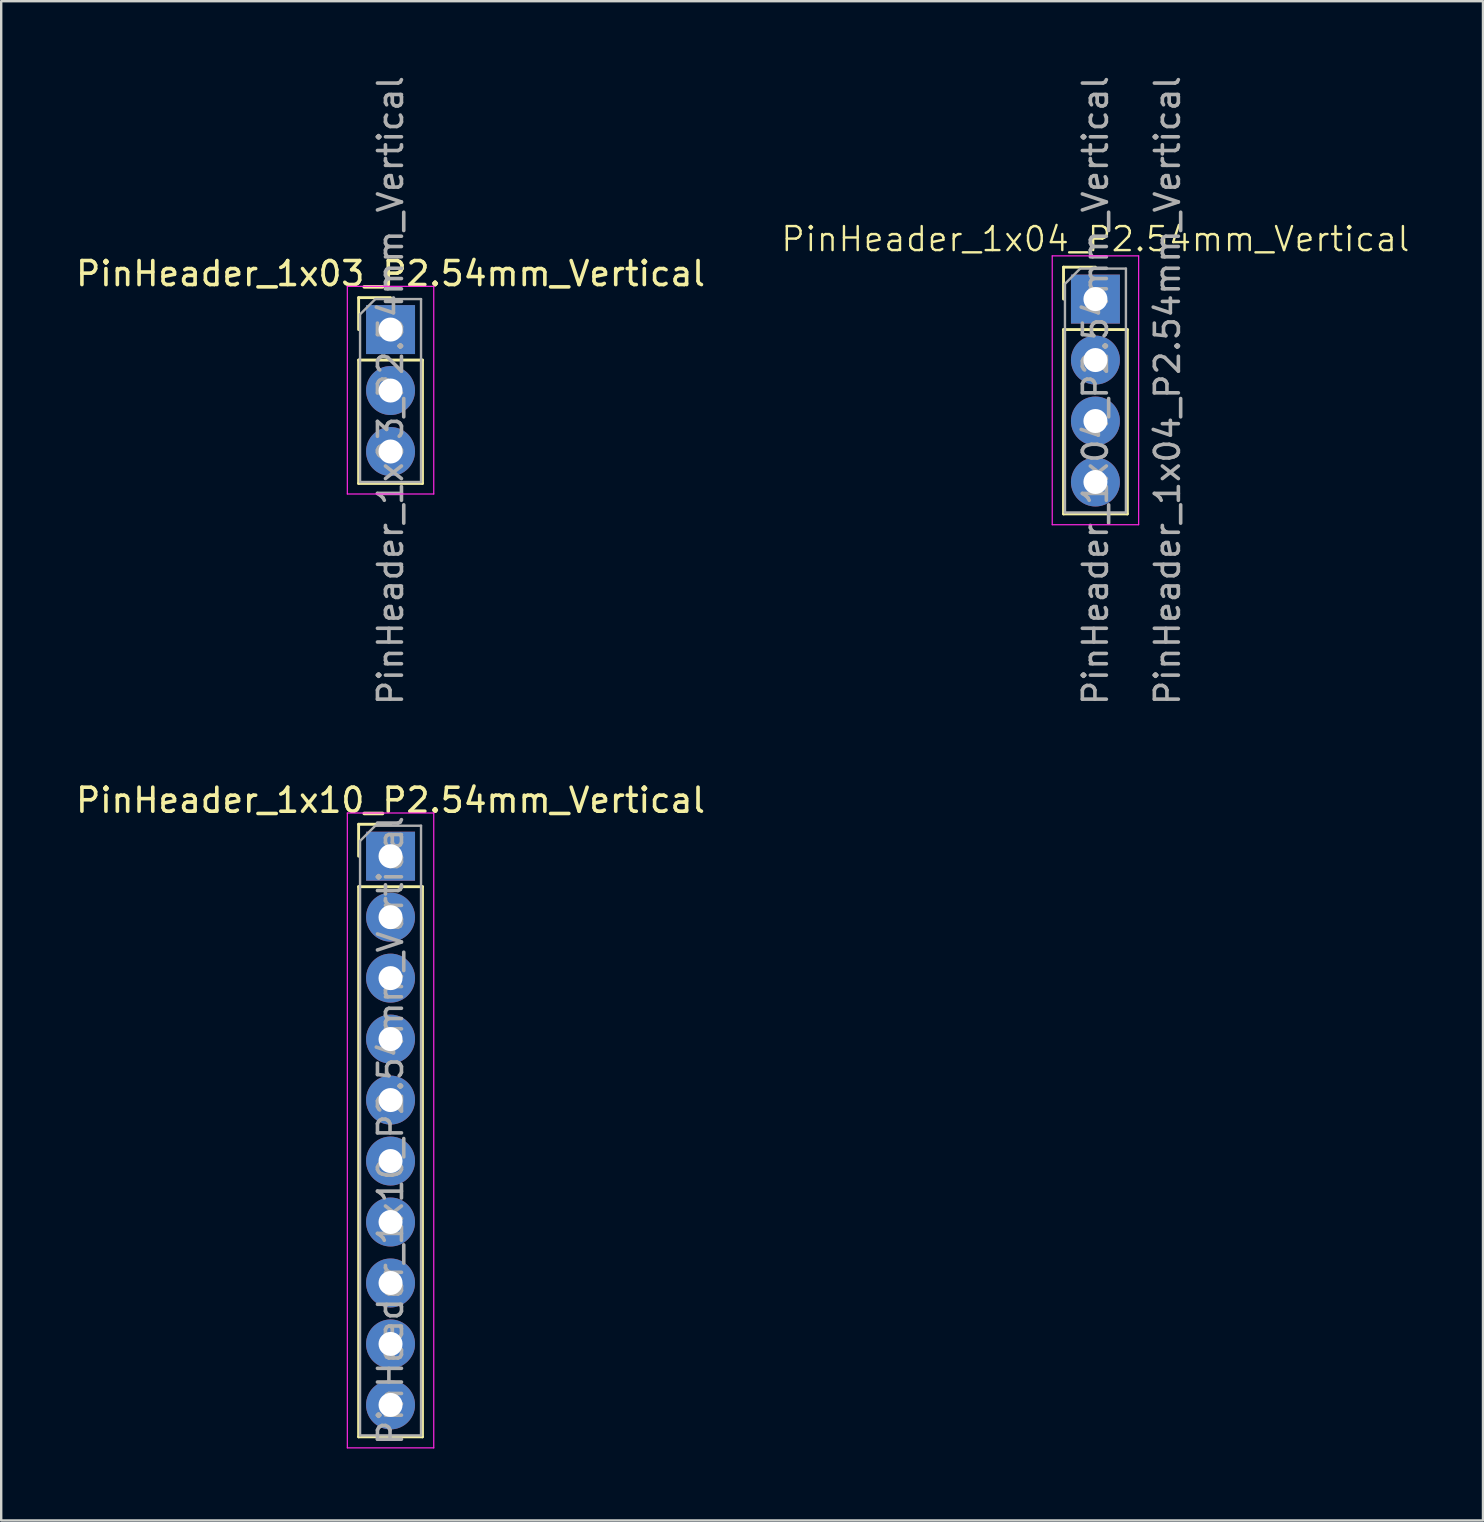
<source format=kicad_pcb>
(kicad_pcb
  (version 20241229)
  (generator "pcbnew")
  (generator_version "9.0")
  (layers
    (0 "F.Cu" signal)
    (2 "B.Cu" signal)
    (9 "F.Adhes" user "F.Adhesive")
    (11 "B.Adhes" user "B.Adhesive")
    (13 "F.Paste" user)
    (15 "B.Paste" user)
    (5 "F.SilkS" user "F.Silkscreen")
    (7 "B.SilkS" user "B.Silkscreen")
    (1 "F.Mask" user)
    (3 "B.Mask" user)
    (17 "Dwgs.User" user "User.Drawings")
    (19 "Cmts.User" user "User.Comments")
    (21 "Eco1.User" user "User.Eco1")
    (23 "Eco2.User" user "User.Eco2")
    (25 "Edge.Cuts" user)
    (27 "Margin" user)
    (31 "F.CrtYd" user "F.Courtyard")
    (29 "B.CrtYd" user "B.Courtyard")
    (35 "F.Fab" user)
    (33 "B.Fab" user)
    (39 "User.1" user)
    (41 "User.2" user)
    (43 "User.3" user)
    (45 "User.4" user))
  (footprint "PinHeader_1x03_P2.54mm_Vertical"
    (layer "F.Cu")
    (at 13.22 10.68)
    (property "Reference" "PinHeader_1x03_P2.54mm_Vertical" (at 0 -2.33 0) (layer "F.SilkS") (effects (font (size 1 1) (thickness 0.15))))
    (attr through_hole)
    (fp_line (start -1.33 -1.33) (end 0 -1.33) (stroke (width 0.12) (type solid)) (layer "F.SilkS"))
    (fp_line (start -1.33 0) (end -1.33 -1.33) (stroke (width 0.12) (type solid)) (layer "F.SilkS"))
    (fp_line (start -1.33 1.27) (end -1.33 6.41) (stroke (width 0.12) (type solid)) (layer "F.SilkS"))
    (fp_line (start -1.33 1.27) (end 1.33 1.27) (stroke (width 0.12) (type solid)) (layer "F.SilkS"))
    (fp_line (start -1.33 6.41) (end 1.33 6.41) (stroke (width 0.12) (type solid)) (layer "F.SilkS"))
    (fp_line (start 1.33 1.27) (end 1.33 6.41) (stroke (width 0.12) (type solid)) (layer "F.SilkS"))
    (fp_line (start -1.8 -1.8) (end -1.8 6.85) (stroke (width 0.05) (type solid)) (layer "F.CrtYd"))
    (fp_line (start -1.8 6.85) (end 1.8 6.85) (stroke (width 0.05) (type solid)) (layer "F.CrtYd"))
    (fp_line (start 1.8 -1.8) (end -1.8 -1.8) (stroke (width 0.05) (type solid)) (layer "F.CrtYd"))
    (fp_line (start 1.8 6.85) (end 1.8 -1.8) (stroke (width 0.05) (type solid)) (layer "F.CrtYd"))
    (fp_line (start -1.27 -0.635) (end -0.635 -1.27) (stroke (width 0.1) (type solid)) (layer "F.Fab"))
    (fp_line (start -1.27 6.35) (end -1.27 -0.635) (stroke (width 0.1) (type solid)) (layer "F.Fab"))
    (fp_line (start -0.635 -1.27) (end 1.27 -1.27) (stroke (width 0.1) (type solid)) (layer "F.Fab"))
    (fp_line (start 1.27 -1.27) (end 1.27 6.35) (stroke (width 0.1) (type solid)) (layer "F.Fab"))
    (fp_line (start 1.27 6.35) (end -1.27 6.35) (stroke (width 0.1) (type solid)) (layer "F.Fab"))
    (fp_text user "${REFERENCE}" (at 0 2.54 90) (layer "F.Fab") (effects (font (size 1 1) (thickness 0.15))))
    (pad "1" thru_hole rect (at 0 0) (size 2.04 2.04) (drill 1) (layers "*.Cu" "*.Mask"))
    (pad "2" thru_hole oval (at 0 2.54) (size 2.04 2.04) (drill 1) (layers "*.Cu" "*.Mask"))
    (pad "3" thru_hole oval (at 0 5.08) (size 2.04 2.04) (drill 1) (layers "*.Cu" "*.Mask")))
  (footprint "PinHeader_1x04_P2.54mm_Vertical"
    (layer "F.Cu")
    (at 42.586 13.22)
    (property "Reference" "PinHeader_1x04_P2.54mm_Vertical" (at 0 -6.31 0) (unlocked yes) (layer "F.SilkS") (effects (font (size 1 1) (thickness 0.1))))
    (attr through_hole)
    (fp_line (start -1.33 -5.14) (end 0 -5.14) (stroke (width 0.12) (type solid)) (layer "F.SilkS"))
    (fp_line (start -1.33 -3.81) (end -1.33 -5.14) (stroke (width 0.12) (type solid)) (layer "F.SilkS"))
    (fp_line (start -1.33 -2.54) (end -1.33 5.14) (stroke (width 0.12) (type solid)) (layer "F.SilkS"))
    (fp_line (start -1.33 -2.54) (end 1.33 -2.54) (stroke (width 0.12) (type solid)) (layer "F.SilkS"))
    (fp_line (start -1.33 5.14) (end 1.33 5.14) (stroke (width 0.12) (type solid)) (layer "F.SilkS"))
    (fp_line (start 1.33 -2.54) (end 1.33 5.14) (stroke (width 0.12) (type solid)) (layer "F.SilkS"))
    (fp_line (start -1.8 -5.61) (end -1.8 5.59) (stroke (width 0.05) (type solid)) (layer "F.CrtYd"))
    (fp_line (start -1.8 5.59) (end 1.8 5.59) (stroke (width 0.05) (type solid)) (layer "F.CrtYd"))
    (fp_line (start 1.8 -5.61) (end -1.8 -5.61) (stroke (width 0.05) (type solid)) (layer "F.CrtYd"))
    (fp_line (start 1.8 5.59) (end 1.8 -5.61) (stroke (width 0.05) (type solid)) (layer "F.CrtYd"))
    (fp_line (start -1.27 -4.445) (end -0.635 -5.08) (stroke (width 0.1) (type solid)) (layer "F.Fab"))
    (fp_line (start -1.27 5.08) (end -1.27 -4.445) (stroke (width 0.1) (type solid)) (layer "F.Fab"))
    (fp_line (start -0.635 -5.08) (end 1.27 -5.08) (stroke (width 0.1) (type solid)) (layer "F.Fab"))
    (fp_line (start 1.27 -5.08) (end 1.27 5.08) (stroke (width 0.1) (type solid)) (layer "F.Fab"))
    (fp_line (start 1.27 5.08) (end -1.27 5.08) (stroke (width 0.1) (type solid)) (layer "F.Fab"))
    (fp_text user "${REFERENCE}" (at 0 0 90) (layer "F.Fab") (effects (font (size 1 1) (thickness 0.15))))
    (fp_text user "${REFERENCE}" (at 3 0 90) (unlocked yes) (layer "F.Fab") (effects (font (size 1 1) (thickness 0.15))))
    (pad "1" thru_hole rect (at 0 -3.81) (size 2.04 2.04) (drill 1) (layers "*.Cu" "*.Mask"))
    (pad "2" thru_hole oval (at 0 -1.27) (size 2.04 2.04) (drill 1) (layers "*.Cu" "*.Mask"))
    (pad "3" thru_hole oval (at 0 1.27) (size 2.04 2.04) (drill 1) (layers "*.Cu" "*.Mask"))
    (pad "4" thru_hole oval (at 0 3.81) (size 2.04 2.04) (drill 1) (layers "*.Cu" "*.Mask")))
  (footprint "PinHeader_1x10_P2.54mm_Vertical"
    (layer "F.Cu")
    (at 13.22 32.619)
    (property "Reference" "PinHeader_1x10_P2.54mm_Vertical" (at 0 -2.33 0) (layer "F.SilkS") (effects (font (size 1 1) (thickness 0.15))))
    (attr through_hole)
    (fp_line (start -1.33 -1.33) (end 0 -1.33) (stroke (width 0.12) (type solid)) (layer "F.SilkS"))
    (fp_line (start -1.33 0) (end -1.33 -1.33) (stroke (width 0.12) (type solid)) (layer "F.SilkS"))
    (fp_line (start -1.33 1.27) (end -1.33 24.19) (stroke (width 0.12) (type solid)) (layer "F.SilkS"))
    (fp_line (start -1.33 1.27) (end 1.33 1.27) (stroke (width 0.12) (type solid)) (layer "F.SilkS"))
    (fp_line (start -1.33 24.19) (end 1.33 24.19) (stroke (width 0.12) (type solid)) (layer "F.SilkS"))
    (fp_line (start 1.33 1.27) (end 1.33 24.19) (stroke (width 0.12) (type solid)) (layer "F.SilkS"))
    (fp_line (start -1.8 -1.8) (end -1.8 24.65) (stroke (width 0.05) (type solid)) (layer "F.CrtYd"))
    (fp_line (start -1.8 24.65) (end 1.8 24.65) (stroke (width 0.05) (type solid)) (layer "F.CrtYd"))
    (fp_line (start 1.8 -1.8) (end -1.8 -1.8) (stroke (width 0.05) (type solid)) (layer "F.CrtYd"))
    (fp_line (start 1.8 24.65) (end 1.8 -1.8) (stroke (width 0.05) (type solid)) (layer "F.CrtYd"))
    (fp_line (start -1.27 -0.635) (end -0.635 -1.27) (stroke (width 0.1) (type solid)) (layer "F.Fab"))
    (fp_line (start -1.27 24.13) (end -1.27 -0.635) (stroke (width 0.1) (type solid)) (layer "F.Fab"))
    (fp_line (start -0.635 -1.27) (end 1.27 -1.27) (stroke (width 0.1) (type solid)) (layer "F.Fab"))
    (fp_line (start 1.27 -1.27) (end 1.27 24.13) (stroke (width 0.1) (type solid)) (layer "F.Fab"))
    (fp_line (start 1.27 24.13) (end -1.27 24.13) (stroke (width 0.1) (type solid)) (layer "F.Fab"))
    (fp_text user "${REFERENCE}" (at 0 11.43 90) (layer "F.Fab") (effects (font (size 1 1) (thickness 0.15))))
    (pad "1" thru_hole rect (at 0 0) (size 2.04 2.04) (drill 1) (layers "*.Cu" "*.Mask"))
    (pad "2" thru_hole oval (at 0 2.54) (size 2.04 2.04) (drill 1) (layers "*.Cu" "*.Mask"))
    (pad "3" thru_hole oval (at 0 5.08) (size 2.04 2.04) (drill 1) (layers "*.Cu" "*.Mask"))
    (pad "4" thru_hole oval (at 0 7.62) (size 2.04 2.04) (drill 1) (layers "*.Cu" "*.Mask"))
    (pad "5" thru_hole oval (at 0 10.16) (size 2.04 2.04) (drill 1) (layers "*.Cu" "*.Mask"))
    (pad "6" thru_hole oval (at 0 12.7) (size 2.04 2.04) (drill 1) (layers "*.Cu" "*.Mask"))
    (pad "7" thru_hole oval (at 0 15.24) (size 2.04 2.04) (drill 1) (layers "*.Cu" "*.Mask"))
    (pad "8" thru_hole oval (at 0 17.78) (size 2.04 2.04) (drill 1) (layers "*.Cu" "*.Mask"))
    (pad "9" thru_hole oval (at 0 20.32) (size 2.04 2.04) (drill 1) (layers "*.Cu" "*.Mask"))
    (pad "10" thru_hole oval (at 0 22.86) (size 2.04 2.04) (drill 1) (layers "*.Cu" "*.Mask")))
  (gr_rect
    (start -3 -3)
    (end 58.731 60.294)
    (stroke (width 0.1) (type default))
    (fill no)
    (layer "Edge.Cuts")))
</source>
